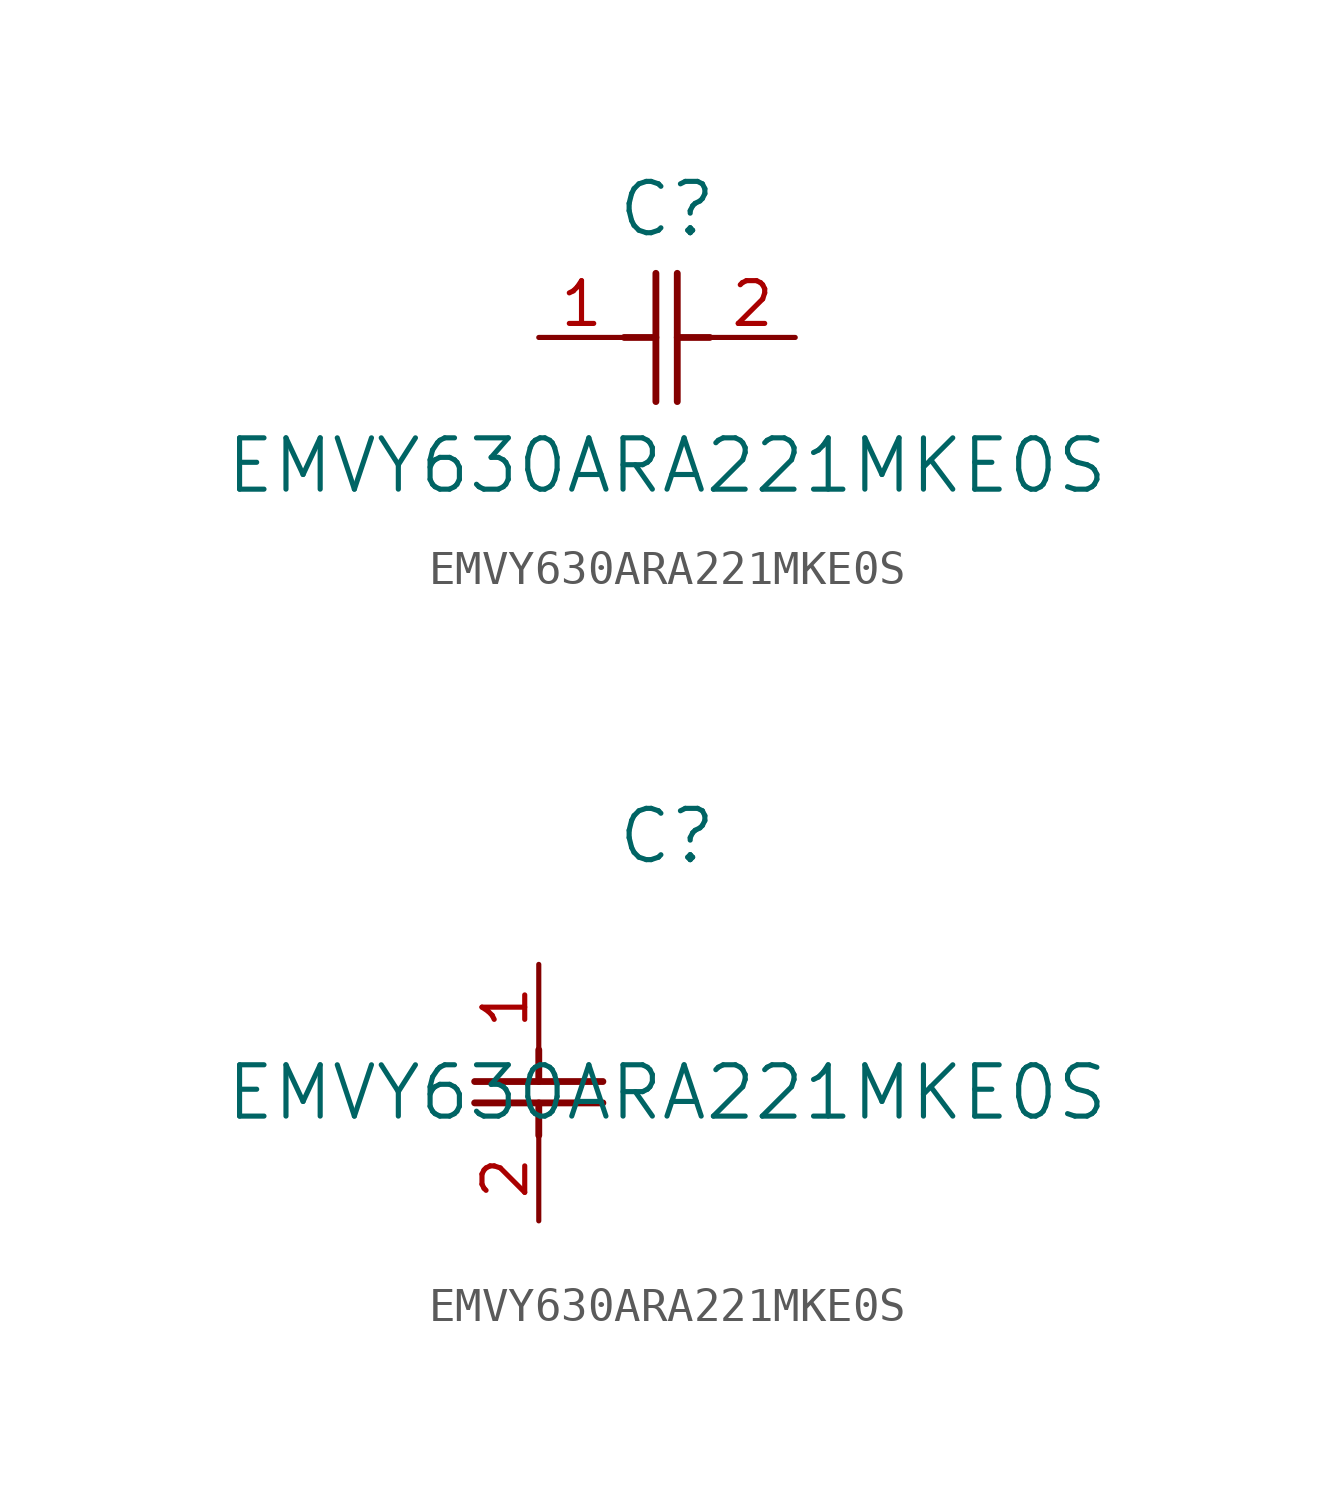
<source format=kicad_sym>
(kicad_symbol_lib
  (version 20211014)
  (generator kicad_symbol_editor)
  (symbol "EMVY630ARA221MKE0S"
    (pin_names
      (offset 0.254))
    (property "Reference" "C"
      (at 3.81 3.81 0)
      (effects (font (size 1.524 1.524))))
    (property "Value" "EMVY630ARA221MKE0S"
      (at 3.81 -3.81 0)
      (effects (font (size 1.524 1.524))))
    (symbol "EMVY630ARA221MKE0S_1_1"
      (polyline (pts (xy 3.48 -1.905) (xy 3.48 1.905)) (stroke (width 0.203) (type default) (color 0 0 0 0)) (fill (type none)))
      (polyline (pts (xy 4.115 -1.905) (xy 4.115 1.905)) (stroke (width 0.203) (type default) (color 0 0 0 0)) (fill (type none)))
      (polyline (pts (xy 4.115 0) (xy 5.08 0)) (stroke (width 0.203) (type default) (color 0 0 0 0)) (fill (type none)))
      (polyline (pts (xy 2.54 0) (xy 3.48 0)) (stroke (width 0.203) (type default) (color 0 0 0 0)) (fill (type none)))
      (pin unspecified line (at 0 0 0) (length 2.54) (name "" (effects (font (size 1.27 1.27)))) (number "1" (effects (font (size 1.27 1.27)))))
      (pin unspecified line (at 7.62 0 180) (length 2.54) (name "" (effects (font (size 1.27 1.27)))) (number "2" (effects (font (size 1.27 1.27))))))
    (symbol "EMVY630ARA221MKE0S_1_2"
      (polyline (pts (xy -1.905 -3.48) (xy 1.905 -3.48)) (stroke (width 0.203) (type default) (color 0 0 0 0)) (fill (type none)))
      (polyline (pts (xy -1.905 -4.115) (xy 1.905 -4.115)) (stroke (width 0.203) (type default) (color 0 0 0 0)) (fill (type none)))
      (polyline (pts (xy 0 -4.115) (xy 0 -5.08)) (stroke (width 0.203) (type default) (color 0 0 0 0)) (fill (type none)))
      (polyline (pts (xy 0 -2.54) (xy 0 -3.48)) (stroke (width 0.203) (type default) (color 0 0 0 0)) (fill (type none)))
      (pin unspecified line (at 0 0 270) (length 2.54) (name "" (effects (font (size 1.27 1.27)))) (number "1" (effects (font (size 1.27 1.27)))))
      (pin unspecified line (at 0 -7.62 90) (length 2.54) (name "" (effects (font (size 1.27 1.27)))) (number "2" (effects (font (size 1.27 1.27))))))))
</source>
